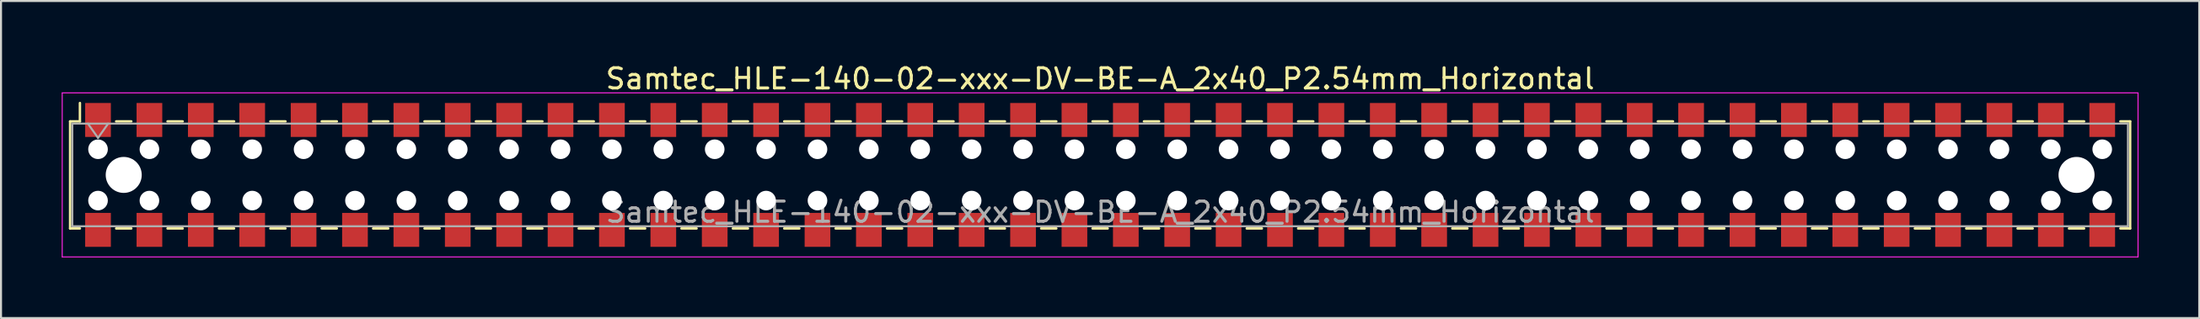
<source format=kicad_pcb>
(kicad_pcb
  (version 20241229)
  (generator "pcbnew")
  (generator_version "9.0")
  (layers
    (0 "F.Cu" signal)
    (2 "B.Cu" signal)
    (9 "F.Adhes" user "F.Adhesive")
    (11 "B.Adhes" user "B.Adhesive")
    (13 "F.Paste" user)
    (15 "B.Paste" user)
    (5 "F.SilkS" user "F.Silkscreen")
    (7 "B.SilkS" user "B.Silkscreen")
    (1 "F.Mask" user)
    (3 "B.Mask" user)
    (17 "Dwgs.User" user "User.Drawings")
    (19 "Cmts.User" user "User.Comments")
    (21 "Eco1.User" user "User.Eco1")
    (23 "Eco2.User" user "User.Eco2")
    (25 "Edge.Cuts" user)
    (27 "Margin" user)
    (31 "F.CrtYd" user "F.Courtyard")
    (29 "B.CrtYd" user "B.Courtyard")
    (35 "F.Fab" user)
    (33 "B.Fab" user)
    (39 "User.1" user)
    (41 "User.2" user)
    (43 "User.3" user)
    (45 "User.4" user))
  (footprint "Samtec_HLE-140-02-xxx-DV-BE-A_2x40_P2.54mm_Horizontal"
    (layer "F.Cu")
    (at 51.325 5.608)
    (property "Reference" "Samtec_HLE-140-02-xxx-DV-BE-A_2x40_P2.54mm_Horizontal" (at 0 -4.76 0) (layer "F.SilkS") (effects (font (size 1 1) (thickness 0.15))))
    (attr smd)
    (fp_line (start -50.91 -2.65) (end -50.91 2.65) (stroke (width 0.12) (type solid)) (layer "F.SilkS"))
    (fp_line (start -50.91 2.65) (end -50.425 2.65) (stroke (width 0.12) (type solid)) (layer "F.SilkS"))
    (fp_line (start -50.425 -3.56) (end -50.425 -2.65) (stroke (width 0.12) (type solid)) (layer "F.SilkS"))
    (fp_line (start -50.425 -2.65) (end -50.91 -2.65) (stroke (width 0.12) (type solid)) (layer "F.SilkS"))
    (fp_line (start -48.635 -2.65) (end -47.885 -2.65) (stroke (width 0.12) (type solid)) (layer "F.SilkS"))
    (fp_line (start -48.635 2.65) (end -47.885 2.65) (stroke (width 0.12) (type solid)) (layer "F.SilkS"))
    (fp_line (start -46.095 -2.65) (end -45.345 -2.65) (stroke (width 0.12) (type solid)) (layer "F.SilkS"))
    (fp_line (start -46.095 2.65) (end -45.345 2.65) (stroke (width 0.12) (type solid)) (layer "F.SilkS"))
    (fp_line (start -43.555 -2.65) (end -42.805 -2.65) (stroke (width 0.12) (type solid)) (layer "F.SilkS"))
    (fp_line (start -43.555 2.65) (end -42.805 2.65) (stroke (width 0.12) (type solid)) (layer "F.SilkS"))
    (fp_line (start -41.015 -2.65) (end -40.265 -2.65) (stroke (width 0.12) (type solid)) (layer "F.SilkS"))
    (fp_line (start -41.015 2.65) (end -40.265 2.65) (stroke (width 0.12) (type solid)) (layer "F.SilkS"))
    (fp_line (start -38.475 -2.65) (end -37.725 -2.65) (stroke (width 0.12) (type solid)) (layer "F.SilkS"))
    (fp_line (start -38.475 2.65) (end -37.725 2.65) (stroke (width 0.12) (type solid)) (layer "F.SilkS"))
    (fp_line (start -35.935 -2.65) (end -35.185 -2.65) (stroke (width 0.12) (type solid)) (layer "F.SilkS"))
    (fp_line (start -35.935 2.65) (end -35.185 2.65) (stroke (width 0.12) (type solid)) (layer "F.SilkS"))
    (fp_line (start -33.395 -2.65) (end -32.645 -2.65) (stroke (width 0.12) (type solid)) (layer "F.SilkS"))
    (fp_line (start -33.395 2.65) (end -32.645 2.65) (stroke (width 0.12) (type solid)) (layer "F.SilkS"))
    (fp_line (start -30.855 -2.65) (end -30.105 -2.65) (stroke (width 0.12) (type solid)) (layer "F.SilkS"))
    (fp_line (start -30.855 2.65) (end -30.105 2.65) (stroke (width 0.12) (type solid)) (layer "F.SilkS"))
    (fp_line (start -28.315 -2.65) (end -27.565 -2.65) (stroke (width 0.12) (type solid)) (layer "F.SilkS"))
    (fp_line (start -28.315 2.65) (end -27.565 2.65) (stroke (width 0.12) (type solid)) (layer "F.SilkS"))
    (fp_line (start -25.775 -2.65) (end -25.025 -2.65) (stroke (width 0.12) (type solid)) (layer "F.SilkS"))
    (fp_line (start -25.775 2.65) (end -25.025 2.65) (stroke (width 0.12) (type solid)) (layer "F.SilkS"))
    (fp_line (start -23.235 -2.65) (end -22.485 -2.65) (stroke (width 0.12) (type solid)) (layer "F.SilkS"))
    (fp_line (start -23.235 2.65) (end -22.485 2.65) (stroke (width 0.12) (type solid)) (layer "F.SilkS"))
    (fp_line (start -20.695 -2.65) (end -19.945 -2.65) (stroke (width 0.12) (type solid)) (layer "F.SilkS"))
    (fp_line (start -20.695 2.65) (end -19.945 2.65) (stroke (width 0.12) (type solid)) (layer "F.SilkS"))
    (fp_line (start -18.155 -2.65) (end -17.405 -2.65) (stroke (width 0.12) (type solid)) (layer "F.SilkS"))
    (fp_line (start -18.155 2.65) (end -17.405 2.65) (stroke (width 0.12) (type solid)) (layer "F.SilkS"))
    (fp_line (start -15.615 -2.65) (end -14.865 -2.65) (stroke (width 0.12) (type solid)) (layer "F.SilkS"))
    (fp_line (start -15.615 2.65) (end -14.865 2.65) (stroke (width 0.12) (type solid)) (layer "F.SilkS"))
    (fp_line (start -13.075 -2.65) (end -12.325 -2.65) (stroke (width 0.12) (type solid)) (layer "F.SilkS"))
    (fp_line (start -13.075 2.65) (end -12.325 2.65) (stroke (width 0.12) (type solid)) (layer "F.SilkS"))
    (fp_line (start -10.535 -2.65) (end -9.785 -2.65) (stroke (width 0.12) (type solid)) (layer "F.SilkS"))
    (fp_line (start -10.535 2.65) (end -9.785 2.65) (stroke (width 0.12) (type solid)) (layer "F.SilkS"))
    (fp_line (start -7.995 -2.65) (end -7.245 -2.65) (stroke (width 0.12) (type solid)) (layer "F.SilkS"))
    (fp_line (start -7.995 2.65) (end -7.245 2.65) (stroke (width 0.12) (type solid)) (layer "F.SilkS"))
    (fp_line (start -5.455 -2.65) (end -4.705 -2.65) (stroke (width 0.12) (type solid)) (layer "F.SilkS"))
    (fp_line (start -5.455 2.65) (end -4.705 2.65) (stroke (width 0.12) (type solid)) (layer "F.SilkS"))
    (fp_line (start -2.915 -2.65) (end -2.165 -2.65) (stroke (width 0.12) (type solid)) (layer "F.SilkS"))
    (fp_line (start -2.915 2.65) (end -2.165 2.65) (stroke (width 0.12) (type solid)) (layer "F.SilkS"))
    (fp_line (start -0.375 -2.65) (end 0.375 -2.65) (stroke (width 0.12) (type solid)) (layer "F.SilkS"))
    (fp_line (start -0.375 2.65) (end 0.375 2.65) (stroke (width 0.12) (type solid)) (layer "F.SilkS"))
    (fp_line (start 2.165 -2.65) (end 2.915 -2.65) (stroke (width 0.12) (type solid)) (layer "F.SilkS"))
    (fp_line (start 2.165 2.65) (end 2.915 2.65) (stroke (width 0.12) (type solid)) (layer "F.SilkS"))
    (fp_line (start 4.705 -2.65) (end 5.455 -2.65) (stroke (width 0.12) (type solid)) (layer "F.SilkS"))
    (fp_line (start 4.705 2.65) (end 5.455 2.65) (stroke (width 0.12) (type solid)) (layer "F.SilkS"))
    (fp_line (start 7.245 -2.65) (end 7.995 -2.65) (stroke (width 0.12) (type solid)) (layer "F.SilkS"))
    (fp_line (start 7.245 2.65) (end 7.995 2.65) (stroke (width 0.12) (type solid)) (layer "F.SilkS"))
    (fp_line (start 9.785 -2.65) (end 10.535 -2.65) (stroke (width 0.12) (type solid)) (layer "F.SilkS"))
    (fp_line (start 9.785 2.65) (end 10.535 2.65) (stroke (width 0.12) (type solid)) (layer "F.SilkS"))
    (fp_line (start 12.325 -2.65) (end 13.075 -2.65) (stroke (width 0.12) (type solid)) (layer "F.SilkS"))
    (fp_line (start 12.325 2.65) (end 13.075 2.65) (stroke (width 0.12) (type solid)) (layer "F.SilkS"))
    (fp_line (start 14.865 -2.65) (end 15.615 -2.65) (stroke (width 0.12) (type solid)) (layer "F.SilkS"))
    (fp_line (start 14.865 2.65) (end 15.615 2.65) (stroke (width 0.12) (type solid)) (layer "F.SilkS"))
    (fp_line (start 17.405 -2.65) (end 18.155 -2.65) (stroke (width 0.12) (type solid)) (layer "F.SilkS"))
    (fp_line (start 17.405 2.65) (end 18.155 2.65) (stroke (width 0.12) (type solid)) (layer "F.SilkS"))
    (fp_line (start 19.945 -2.65) (end 20.695 -2.65) (stroke (width 0.12) (type solid)) (layer "F.SilkS"))
    (fp_line (start 19.945 2.65) (end 20.695 2.65) (stroke (width 0.12) (type solid)) (layer "F.SilkS"))
    (fp_line (start 22.485 -2.65) (end 23.235 -2.65) (stroke (width 0.12) (type solid)) (layer "F.SilkS"))
    (fp_line (start 22.485 2.65) (end 23.235 2.65) (stroke (width 0.12) (type solid)) (layer "F.SilkS"))
    (fp_line (start 25.025 -2.65) (end 25.775 -2.65) (stroke (width 0.12) (type solid)) (layer "F.SilkS"))
    (fp_line (start 25.025 2.65) (end 25.775 2.65) (stroke (width 0.12) (type solid)) (layer "F.SilkS"))
    (fp_line (start 27.565 -2.65) (end 28.315 -2.65) (stroke (width 0.12) (type solid)) (layer "F.SilkS"))
    (fp_line (start 27.565 2.65) (end 28.315 2.65) (stroke (width 0.12) (type solid)) (layer "F.SilkS"))
    (fp_line (start 30.105 -2.65) (end 30.855 -2.65) (stroke (width 0.12) (type solid)) (layer "F.SilkS"))
    (fp_line (start 30.105 2.65) (end 30.855 2.65) (stroke (width 0.12) (type solid)) (layer "F.SilkS"))
    (fp_line (start 32.645 -2.65) (end 33.395 -2.65) (stroke (width 0.12) (type solid)) (layer "F.SilkS"))
    (fp_line (start 32.645 2.65) (end 33.395 2.65) (stroke (width 0.12) (type solid)) (layer "F.SilkS"))
    (fp_line (start 35.185 -2.65) (end 35.935 -2.65) (stroke (width 0.12) (type solid)) (layer "F.SilkS"))
    (fp_line (start 35.185 2.65) (end 35.935 2.65) (stroke (width 0.12) (type solid)) (layer "F.SilkS"))
    (fp_line (start 37.725 -2.65) (end 38.475 -2.65) (stroke (width 0.12) (type solid)) (layer "F.SilkS"))
    (fp_line (start 37.725 2.65) (end 38.475 2.65) (stroke (width 0.12) (type solid)) (layer "F.SilkS"))
    (fp_line (start 40.265 -2.65) (end 41.015 -2.65) (stroke (width 0.12) (type solid)) (layer "F.SilkS"))
    (fp_line (start 40.265 2.65) (end 41.015 2.65) (stroke (width 0.12) (type solid)) (layer "F.SilkS"))
    (fp_line (start 42.805 -2.65) (end 43.555 -2.65) (stroke (width 0.12) (type solid)) (layer "F.SilkS"))
    (fp_line (start 42.805 2.65) (end 43.555 2.65) (stroke (width 0.12) (type solid)) (layer "F.SilkS"))
    (fp_line (start 45.345 -2.65) (end 46.095 -2.65) (stroke (width 0.12) (type solid)) (layer "F.SilkS"))
    (fp_line (start 45.345 2.65) (end 46.095 2.65) (stroke (width 0.12) (type solid)) (layer "F.SilkS"))
    (fp_line (start 47.885 -2.65) (end 48.635 -2.65) (stroke (width 0.12) (type solid)) (layer "F.SilkS"))
    (fp_line (start 47.885 2.65) (end 48.635 2.65) (stroke (width 0.12) (type solid)) (layer "F.SilkS"))
    (fp_line (start 50.425 -2.65) (end 50.91 -2.65) (stroke (width 0.12) (type solid)) (layer "F.SilkS"))
    (fp_line (start 50.91 -2.65) (end 50.91 2.65) (stroke (width 0.12) (type solid)) (layer "F.SilkS"))
    (fp_line (start 50.91 2.65) (end 50.425 2.65) (stroke (width 0.12) (type solid)) (layer "F.SilkS"))
    (fp_line (start -51.3 -4.06) (end 51.3 -4.06) (stroke (width 0.05) (type solid)) (layer "F.CrtYd"))
    (fp_line (start -51.3 4.06) (end -51.3 -4.06) (stroke (width 0.05) (type solid)) (layer "F.CrtYd"))
    (fp_line (start 51.3 -4.06) (end 51.3 4.06) (stroke (width 0.05) (type solid)) (layer "F.CrtYd"))
    (fp_line (start 51.3 4.06) (end -51.3 4.06) (stroke (width 0.05) (type solid)) (layer "F.CrtYd"))
    (fp_line (start -50.8 -2.54) (end 50.8 -2.54) (stroke (width 0.1) (type solid)) (layer "F.Fab"))
    (fp_line (start -50.8 2.54) (end -50.8 -2.54) (stroke (width 0.1) (type solid)) (layer "F.Fab"))
    (fp_line (start -50.03 -2.54) (end -49.53 -1.833) (stroke (width 0.1) (type solid)) (layer "F.Fab"))
    (fp_line (start -49.53 -1.833) (end -49.03 -2.54) (stroke (width 0.1) (type solid)) (layer "F.Fab"))
    (fp_line (start 50.8 -2.54) (end 50.8 2.54) (stroke (width 0.1) (type solid)) (layer "F.Fab"))
    (fp_line (start 50.8 2.54) (end -50.8 2.54) (stroke (width 0.1) (type solid)) (layer "F.Fab"))
    (fp_text user "${REFERENCE}" (at 0 1.84 0) (layer "F.Fab") (effects (font (size 1 1) (thickness 0.15))))
    (pad "" np_thru_hole circle (at -49.53 -1.27) (size 0.97 0.97) (drill 0.97) (layers "*.Cu" "*.Mask"))
    (pad "" np_thru_hole circle (at -49.53 1.27) (size 0.97 0.97) (drill 0.97) (layers "*.Cu" "*.Mask"))
    (pad "" np_thru_hole circle (at -48.26 0) (size 1.78 1.78) (drill 1.78) (layers "*.Cu" "*.Mask"))
    (pad "" np_thru_hole circle (at -46.99 -1.27) (size 0.97 0.97) (drill 0.97) (layers "*.Cu" "*.Mask"))
    (pad "" np_thru_hole circle (at -46.99 1.27) (size 0.97 0.97) (drill 0.97) (layers "*.Cu" "*.Mask"))
    (pad "" np_thru_hole circle (at -44.45 -1.27) (size 0.97 0.97) (drill 0.97) (layers "*.Cu" "*.Mask"))
    (pad "" np_thru_hole circle (at -44.45 1.27) (size 0.97 0.97) (drill 0.97) (layers "*.Cu" "*.Mask"))
    (pad "" np_thru_hole circle (at -41.91 -1.27) (size 0.97 0.97) (drill 0.97) (layers "*.Cu" "*.Mask"))
    (pad "" np_thru_hole circle (at -41.91 1.27) (size 0.97 0.97) (drill 0.97) (layers "*.Cu" "*.Mask"))
    (pad "" np_thru_hole circle (at -39.37 -1.27) (size 0.97 0.97) (drill 0.97) (layers "*.Cu" "*.Mask"))
    (pad "" np_thru_hole circle (at -39.37 1.27) (size 0.97 0.97) (drill 0.97) (layers "*.Cu" "*.Mask"))
    (pad "" np_thru_hole circle (at -36.83 -1.27) (size 0.97 0.97) (drill 0.97) (layers "*.Cu" "*.Mask"))
    (pad "" np_thru_hole circle (at -36.83 1.27) (size 0.97 0.97) (drill 0.97) (layers "*.Cu" "*.Mask"))
    (pad "" np_thru_hole circle (at -34.29 -1.27) (size 0.97 0.97) (drill 0.97) (layers "*.Cu" "*.Mask"))
    (pad "" np_thru_hole circle (at -34.29 1.27) (size 0.97 0.97) (drill 0.97) (layers "*.Cu" "*.Mask"))
    (pad "" np_thru_hole circle (at -31.75 -1.27) (size 0.97 0.97) (drill 0.97) (layers "*.Cu" "*.Mask"))
    (pad "" np_thru_hole circle (at -31.75 1.27) (size 0.97 0.97) (drill 0.97) (layers "*.Cu" "*.Mask"))
    (pad "" np_thru_hole circle (at -29.21 -1.27) (size 0.97 0.97) (drill 0.97) (layers "*.Cu" "*.Mask"))
    (pad "" np_thru_hole circle (at -29.21 1.27) (size 0.97 0.97) (drill 0.97) (layers "*.Cu" "*.Mask"))
    (pad "" np_thru_hole circle (at -26.67 -1.27) (size 0.97 0.97) (drill 0.97) (layers "*.Cu" "*.Mask"))
    (pad "" np_thru_hole circle (at -26.67 1.27) (size 0.97 0.97) (drill 0.97) (layers "*.Cu" "*.Mask"))
    (pad "" np_thru_hole circle (at -24.13 -1.27) (size 0.97 0.97) (drill 0.97) (layers "*.Cu" "*.Mask"))
    (pad "" np_thru_hole circle (at -24.13 1.27) (size 0.97 0.97) (drill 0.97) (layers "*.Cu" "*.Mask"))
    (pad "" np_thru_hole circle (at -21.59 -1.27) (size 0.97 0.97) (drill 0.97) (layers "*.Cu" "*.Mask"))
    (pad "" np_thru_hole circle (at -21.59 1.27) (size 0.97 0.97) (drill 0.97) (layers "*.Cu" "*.Mask"))
    (pad "" np_thru_hole circle (at -19.05 -1.27) (size 0.97 0.97) (drill 0.97) (layers "*.Cu" "*.Mask"))
    (pad "" np_thru_hole circle (at -19.05 1.27) (size 0.97 0.97) (drill 0.97) (layers "*.Cu" "*.Mask"))
    (pad "" np_thru_hole circle (at -16.51 -1.27) (size 0.97 0.97) (drill 0.97) (layers "*.Cu" "*.Mask"))
    (pad "" np_thru_hole circle (at -16.51 1.27) (size 0.97 0.97) (drill 0.97) (layers "*.Cu" "*.Mask"))
    (pad "" np_thru_hole circle (at -13.97 -1.27) (size 0.97 0.97) (drill 0.97) (layers "*.Cu" "*.Mask"))
    (pad "" np_thru_hole circle (at -13.97 1.27) (size 0.97 0.97) (drill 0.97) (layers "*.Cu" "*.Mask"))
    (pad "" np_thru_hole circle (at -11.43 -1.27) (size 0.97 0.97) (drill 0.97) (layers "*.Cu" "*.Mask"))
    (pad "" np_thru_hole circle (at -11.43 1.27) (size 0.97 0.97) (drill 0.97) (layers "*.Cu" "*.Mask"))
    (pad "" np_thru_hole circle (at -8.89 -1.27) (size 0.97 0.97) (drill 0.97) (layers "*.Cu" "*.Mask"))
    (pad "" np_thru_hole circle (at -8.89 1.27) (size 0.97 0.97) (drill 0.97) (layers "*.Cu" "*.Mask"))
    (pad "" np_thru_hole circle (at -6.35 -1.27) (size 0.97 0.97) (drill 0.97) (layers "*.Cu" "*.Mask"))
    (pad "" np_thru_hole circle (at -6.35 1.27) (size 0.97 0.97) (drill 0.97) (layers "*.Cu" "*.Mask"))
    (pad "" np_thru_hole circle (at -3.81 -1.27) (size 0.97 0.97) (drill 0.97) (layers "*.Cu" "*.Mask"))
    (pad "" np_thru_hole circle (at -3.81 1.27) (size 0.97 0.97) (drill 0.97) (layers "*.Cu" "*.Mask"))
    (pad "" np_thru_hole circle (at -1.27 -1.27) (size 0.97 0.97) (drill 0.97) (layers "*.Cu" "*.Mask"))
    (pad "" np_thru_hole circle (at -1.27 1.27) (size 0.97 0.97) (drill 0.97) (layers "*.Cu" "*.Mask"))
    (pad "" np_thru_hole circle (at 1.27 -1.27) (size 0.97 0.97) (drill 0.97) (layers "*.Cu" "*.Mask"))
    (pad "" np_thru_hole circle (at 1.27 1.27) (size 0.97 0.97) (drill 0.97) (layers "*.Cu" "*.Mask"))
    (pad "" np_thru_hole circle (at 3.81 -1.27) (size 0.97 0.97) (drill 0.97) (layers "*.Cu" "*.Mask"))
    (pad "" np_thru_hole circle (at 3.81 1.27) (size 0.97 0.97) (drill 0.97) (layers "*.Cu" "*.Mask"))
    (pad "" np_thru_hole circle (at 6.35 -1.27) (size 0.97 0.97) (drill 0.97) (layers "*.Cu" "*.Mask"))
    (pad "" np_thru_hole circle (at 6.35 1.27) (size 0.97 0.97) (drill 0.97) (layers "*.Cu" "*.Mask"))
    (pad "" np_thru_hole circle (at 8.89 -1.27) (size 0.97 0.97) (drill 0.97) (layers "*.Cu" "*.Mask"))
    (pad "" np_thru_hole circle (at 8.89 1.27) (size 0.97 0.97) (drill 0.97) (layers "*.Cu" "*.Mask"))
    (pad "" np_thru_hole circle (at 11.43 -1.27) (size 0.97 0.97) (drill 0.97) (layers "*.Cu" "*.Mask"))
    (pad "" np_thru_hole circle (at 11.43 1.27) (size 0.97 0.97) (drill 0.97) (layers "*.Cu" "*.Mask"))
    (pad "" np_thru_hole circle (at 13.97 -1.27) (size 0.97 0.97) (drill 0.97) (layers "*.Cu" "*.Mask"))
    (pad "" np_thru_hole circle (at 13.97 1.27) (size 0.97 0.97) (drill 0.97) (layers "*.Cu" "*.Mask"))
    (pad "" np_thru_hole circle (at 16.51 -1.27) (size 0.97 0.97) (drill 0.97) (layers "*.Cu" "*.Mask"))
    (pad "" np_thru_hole circle (at 16.51 1.27) (size 0.97 0.97) (drill 0.97) (layers "*.Cu" "*.Mask"))
    (pad "" np_thru_hole circle (at 19.05 -1.27) (size 0.97 0.97) (drill 0.97) (layers "*.Cu" "*.Mask"))
    (pad "" np_thru_hole circle (at 19.05 1.27) (size 0.97 0.97) (drill 0.97) (layers "*.Cu" "*.Mask"))
    (pad "" np_thru_hole circle (at 21.59 -1.27) (size 0.97 0.97) (drill 0.97) (layers "*.Cu" "*.Mask"))
    (pad "" np_thru_hole circle (at 21.59 1.27) (size 0.97 0.97) (drill 0.97) (layers "*.Cu" "*.Mask"))
    (pad "" np_thru_hole circle (at 24.13 -1.27) (size 0.97 0.97) (drill 0.97) (layers "*.Cu" "*.Mask"))
    (pad "" np_thru_hole circle (at 24.13 1.27) (size 0.97 0.97) (drill 0.97) (layers "*.Cu" "*.Mask"))
    (pad "" np_thru_hole circle (at 26.67 -1.27) (size 0.97 0.97) (drill 0.97) (layers "*.Cu" "*.Mask"))
    (pad "" np_thru_hole circle (at 26.67 1.27) (size 0.97 0.97) (drill 0.97) (layers "*.Cu" "*.Mask"))
    (pad "" np_thru_hole circle (at 29.21 -1.27) (size 0.97 0.97) (drill 0.97) (layers "*.Cu" "*.Mask"))
    (pad "" np_thru_hole circle (at 29.21 1.27) (size 0.97 0.97) (drill 0.97) (layers "*.Cu" "*.Mask"))
    (pad "" np_thru_hole circle (at 31.75 -1.27) (size 0.97 0.97) (drill 0.97) (layers "*.Cu" "*.Mask"))
    (pad "" np_thru_hole circle (at 31.75 1.27) (size 0.97 0.97) (drill 0.97) (layers "*.Cu" "*.Mask"))
    (pad "" np_thru_hole circle (at 34.29 -1.27) (size 0.97 0.97) (drill 0.97) (layers "*.Cu" "*.Mask"))
    (pad "" np_thru_hole circle (at 34.29 1.27) (size 0.97 0.97) (drill 0.97) (layers "*.Cu" "*.Mask"))
    (pad "" np_thru_hole circle (at 36.83 -1.27) (size 0.97 0.97) (drill 0.97) (layers "*.Cu" "*.Mask"))
    (pad "" np_thru_hole circle (at 36.83 1.27) (size 0.97 0.97) (drill 0.97) (layers "*.Cu" "*.Mask"))
    (pad "" np_thru_hole circle (at 39.37 -1.27) (size 0.97 0.97) (drill 0.97) (layers "*.Cu" "*.Mask"))
    (pad "" np_thru_hole circle (at 39.37 1.27) (size 0.97 0.97) (drill 0.97) (layers "*.Cu" "*.Mask"))
    (pad "" np_thru_hole circle (at 41.91 -1.27) (size 0.97 0.97) (drill 0.97) (layers "*.Cu" "*.Mask"))
    (pad "" np_thru_hole circle (at 41.91 1.27) (size 0.97 0.97) (drill 0.97) (layers "*.Cu" "*.Mask"))
    (pad "" np_thru_hole circle (at 44.45 -1.27) (size 0.97 0.97) (drill 0.97) (layers "*.Cu" "*.Mask"))
    (pad "" np_thru_hole circle (at 44.45 1.27) (size 0.97 0.97) (drill 0.97) (layers "*.Cu" "*.Mask"))
    (pad "" np_thru_hole circle (at 46.99 -1.27) (size 0.97 0.97) (drill 0.97) (layers "*.Cu" "*.Mask"))
    (pad "" np_thru_hole circle (at 46.99 1.27) (size 0.97 0.97) (drill 0.97) (layers "*.Cu" "*.Mask"))
    (pad "" np_thru_hole circle (at 48.26 0) (size 1.78 1.78) (drill 1.78) (layers "*.Cu" "*.Mask"))
    (pad "" np_thru_hole circle (at 49.53 -1.27) (size 0.97 0.97) (drill 0.97) (layers "*.Cu" "*.Mask"))
    (pad "" np_thru_hole circle (at 49.53 1.27) (size 0.97 0.97) (drill 0.97) (layers "*.Cu" "*.Mask"))
    (pad "1" smd rect (at -49.53 -2.72) (size 1.27 1.68) (layers "F.Cu" "F.Mask" "F.Paste"))
    (pad "2" smd rect (at -49.53 2.72) (size 1.27 1.68) (layers "F.Cu" "F.Mask" "F.Paste"))
    (pad "3" smd rect (at -46.99 -2.72) (size 1.27 1.68) (layers "F.Cu" "F.Mask" "F.Paste"))
    (pad "4" smd rect (at -46.99 2.72) (size 1.27 1.68) (layers "F.Cu" "F.Mask" "F.Paste"))
    (pad "5" smd rect (at -44.45 -2.72) (size 1.27 1.68) (layers "F.Cu" "F.Mask" "F.Paste"))
    (pad "6" smd rect (at -44.45 2.72) (size 1.27 1.68) (layers "F.Cu" "F.Mask" "F.Paste"))
    (pad "7" smd rect (at -41.91 -2.72) (size 1.27 1.68) (layers "F.Cu" "F.Mask" "F.Paste"))
    (pad "8" smd rect (at -41.91 2.72) (size 1.27 1.68) (layers "F.Cu" "F.Mask" "F.Paste"))
    (pad "9" smd rect (at -39.37 -2.72) (size 1.27 1.68) (layers "F.Cu" "F.Mask" "F.Paste"))
    (pad "10" smd rect (at -39.37 2.72) (size 1.27 1.68) (layers "F.Cu" "F.Mask" "F.Paste"))
    (pad "11" smd rect (at -36.83 -2.72) (size 1.27 1.68) (layers "F.Cu" "F.Mask" "F.Paste"))
    (pad "12" smd rect (at -36.83 2.72) (size 1.27 1.68) (layers "F.Cu" "F.Mask" "F.Paste"))
    (pad "13" smd rect (at -34.29 -2.72) (size 1.27 1.68) (layers "F.Cu" "F.Mask" "F.Paste"))
    (pad "14" smd rect (at -34.29 2.72) (size 1.27 1.68) (layers "F.Cu" "F.Mask" "F.Paste"))
    (pad "15" smd rect (at -31.75 -2.72) (size 1.27 1.68) (layers "F.Cu" "F.Mask" "F.Paste"))
    (pad "16" smd rect (at -31.75 2.72) (size 1.27 1.68) (layers "F.Cu" "F.Mask" "F.Paste"))
    (pad "17" smd rect (at -29.21 -2.72) (size 1.27 1.68) (layers "F.Cu" "F.Mask" "F.Paste"))
    (pad "18" smd rect (at -29.21 2.72) (size 1.27 1.68) (layers "F.Cu" "F.Mask" "F.Paste"))
    (pad "19" smd rect (at -26.67 -2.72) (size 1.27 1.68) (layers "F.Cu" "F.Mask" "F.Paste"))
    (pad "20" smd rect (at -26.67 2.72) (size 1.27 1.68) (layers "F.Cu" "F.Mask" "F.Paste"))
    (pad "21" smd rect (at -24.13 -2.72) (size 1.27 1.68) (layers "F.Cu" "F.Mask" "F.Paste"))
    (pad "22" smd rect (at -24.13 2.72) (size 1.27 1.68) (layers "F.Cu" "F.Mask" "F.Paste"))
    (pad "23" smd rect (at -21.59 -2.72) (size 1.27 1.68) (layers "F.Cu" "F.Mask" "F.Paste"))
    (pad "24" smd rect (at -21.59 2.72) (size 1.27 1.68) (layers "F.Cu" "F.Mask" "F.Paste"))
    (pad "25" smd rect (at -19.05 -2.72) (size 1.27 1.68) (layers "F.Cu" "F.Mask" "F.Paste"))
    (pad "26" smd rect (at -19.05 2.72) (size 1.27 1.68) (layers "F.Cu" "F.Mask" "F.Paste"))
    (pad "27" smd rect (at -16.51 -2.72) (size 1.27 1.68) (layers "F.Cu" "F.Mask" "F.Paste"))
    (pad "28" smd rect (at -16.51 2.72) (size 1.27 1.68) (layers "F.Cu" "F.Mask" "F.Paste"))
    (pad "29" smd rect (at -13.97 -2.72) (size 1.27 1.68) (layers "F.Cu" "F.Mask" "F.Paste"))
    (pad "30" smd rect (at -13.97 2.72) (size 1.27 1.68) (layers "F.Cu" "F.Mask" "F.Paste"))
    (pad "31" smd rect (at -11.43 -2.72) (size 1.27 1.68) (layers "F.Cu" "F.Mask" "F.Paste"))
    (pad "32" smd rect (at -11.43 2.72) (size 1.27 1.68) (layers "F.Cu" "F.Mask" "F.Paste"))
    (pad "33" smd rect (at -8.89 -2.72) (size 1.27 1.68) (layers "F.Cu" "F.Mask" "F.Paste"))
    (pad "34" smd rect (at -8.89 2.72) (size 1.27 1.68) (layers "F.Cu" "F.Mask" "F.Paste"))
    (pad "35" smd rect (at -6.35 -2.72) (size 1.27 1.68) (layers "F.Cu" "F.Mask" "F.Paste"))
    (pad "36" smd rect (at -6.35 2.72) (size 1.27 1.68) (layers "F.Cu" "F.Mask" "F.Paste"))
    (pad "37" smd rect (at -3.81 -2.72) (size 1.27 1.68) (layers "F.Cu" "F.Mask" "F.Paste"))
    (pad "38" smd rect (at -3.81 2.72) (size 1.27 1.68) (layers "F.Cu" "F.Mask" "F.Paste"))
    (pad "39" smd rect (at -1.27 -2.72) (size 1.27 1.68) (layers "F.Cu" "F.Mask" "F.Paste"))
    (pad "40" smd rect (at -1.27 2.72) (size 1.27 1.68) (layers "F.Cu" "F.Mask" "F.Paste"))
    (pad "41" smd rect (at 1.27 -2.72) (size 1.27 1.68) (layers "F.Cu" "F.Mask" "F.Paste"))
    (pad "42" smd rect (at 1.27 2.72) (size 1.27 1.68) (layers "F.Cu" "F.Mask" "F.Paste"))
    (pad "43" smd rect (at 3.81 -2.72) (size 1.27 1.68) (layers "F.Cu" "F.Mask" "F.Paste"))
    (pad "44" smd rect (at 3.81 2.72) (size 1.27 1.68) (layers "F.Cu" "F.Mask" "F.Paste"))
    (pad "45" smd rect (at 6.35 -2.72) (size 1.27 1.68) (layers "F.Cu" "F.Mask" "F.Paste"))
    (pad "46" smd rect (at 6.35 2.72) (size 1.27 1.68) (layers "F.Cu" "F.Mask" "F.Paste"))
    (pad "47" smd rect (at 8.89 -2.72) (size 1.27 1.68) (layers "F.Cu" "F.Mask" "F.Paste"))
    (pad "48" smd rect (at 8.89 2.72) (size 1.27 1.68) (layers "F.Cu" "F.Mask" "F.Paste"))
    (pad "49" smd rect (at 11.43 -2.72) (size 1.27 1.68) (layers "F.Cu" "F.Mask" "F.Paste"))
    (pad "50" smd rect (at 11.43 2.72) (size 1.27 1.68) (layers "F.Cu" "F.Mask" "F.Paste"))
    (pad "51" smd rect (at 13.97 -2.72) (size 1.27 1.68) (layers "F.Cu" "F.Mask" "F.Paste"))
    (pad "52" smd rect (at 13.97 2.72) (size 1.27 1.68) (layers "F.Cu" "F.Mask" "F.Paste"))
    (pad "53" smd rect (at 16.51 -2.72) (size 1.27 1.68) (layers "F.Cu" "F.Mask" "F.Paste"))
    (pad "54" smd rect (at 16.51 2.72) (size 1.27 1.68) (layers "F.Cu" "F.Mask" "F.Paste"))
    (pad "55" smd rect (at 19.05 -2.72) (size 1.27 1.68) (layers "F.Cu" "F.Mask" "F.Paste"))
    (pad "56" smd rect (at 19.05 2.72) (size 1.27 1.68) (layers "F.Cu" "F.Mask" "F.Paste"))
    (pad "57" smd rect (at 21.59 -2.72) (size 1.27 1.68) (layers "F.Cu" "F.Mask" "F.Paste"))
    (pad "58" smd rect (at 21.59 2.72) (size 1.27 1.68) (layers "F.Cu" "F.Mask" "F.Paste"))
    (pad "59" smd rect (at 24.13 -2.72) (size 1.27 1.68) (layers "F.Cu" "F.Mask" "F.Paste"))
    (pad "60" smd rect (at 24.13 2.72) (size 1.27 1.68) (layers "F.Cu" "F.Mask" "F.Paste"))
    (pad "61" smd rect (at 26.67 -2.72) (size 1.27 1.68) (layers "F.Cu" "F.Mask" "F.Paste"))
    (pad "62" smd rect (at 26.67 2.72) (size 1.27 1.68) (layers "F.Cu" "F.Mask" "F.Paste"))
    (pad "63" smd rect (at 29.21 -2.72) (size 1.27 1.68) (layers "F.Cu" "F.Mask" "F.Paste"))
    (pad "64" smd rect (at 29.21 2.72) (size 1.27 1.68) (layers "F.Cu" "F.Mask" "F.Paste"))
    (pad "65" smd rect (at 31.75 -2.72) (size 1.27 1.68) (layers "F.Cu" "F.Mask" "F.Paste"))
    (pad "66" smd rect (at 31.75 2.72) (size 1.27 1.68) (layers "F.Cu" "F.Mask" "F.Paste"))
    (pad "67" smd rect (at 34.29 -2.72) (size 1.27 1.68) (layers "F.Cu" "F.Mask" "F.Paste"))
    (pad "68" smd rect (at 34.29 2.72) (size 1.27 1.68) (layers "F.Cu" "F.Mask" "F.Paste"))
    (pad "69" smd rect (at 36.83 -2.72) (size 1.27 1.68) (layers "F.Cu" "F.Mask" "F.Paste"))
    (pad "70" smd rect (at 36.83 2.72) (size 1.27 1.68) (layers "F.Cu" "F.Mask" "F.Paste"))
    (pad "71" smd rect (at 39.37 -2.72) (size 1.27 1.68) (layers "F.Cu" "F.Mask" "F.Paste"))
    (pad "72" smd rect (at 39.37 2.72) (size 1.27 1.68) (layers "F.Cu" "F.Mask" "F.Paste"))
    (pad "73" smd rect (at 41.91 -2.72) (size 1.27 1.68) (layers "F.Cu" "F.Mask" "F.Paste"))
    (pad "74" smd rect (at 41.91 2.72) (size 1.27 1.68) (layers "F.Cu" "F.Mask" "F.Paste"))
    (pad "75" smd rect (at 44.45 -2.72) (size 1.27 1.68) (layers "F.Cu" "F.Mask" "F.Paste"))
    (pad "76" smd rect (at 44.45 2.72) (size 1.27 1.68) (layers "F.Cu" "F.Mask" "F.Paste"))
    (pad "77" smd rect (at 46.99 -2.72) (size 1.27 1.68) (layers "F.Cu" "F.Mask" "F.Paste"))
    (pad "78" smd rect (at 46.99 2.72) (size 1.27 1.68) (layers "F.Cu" "F.Mask" "F.Paste"))
    (pad "79" smd rect (at 49.53 -2.72) (size 1.27 1.68) (layers "F.Cu" "F.Mask" "F.Paste"))
    (pad "80" smd rect (at 49.53 2.72) (size 1.27 1.68) (layers "F.Cu" "F.Mask" "F.Paste")))
  (gr_rect
    (start -3 -3)
    (end 105.65 12.693)
    (stroke (width 0.1) (type default))
    (fill no)
    (layer "Edge.Cuts")))
</source>
